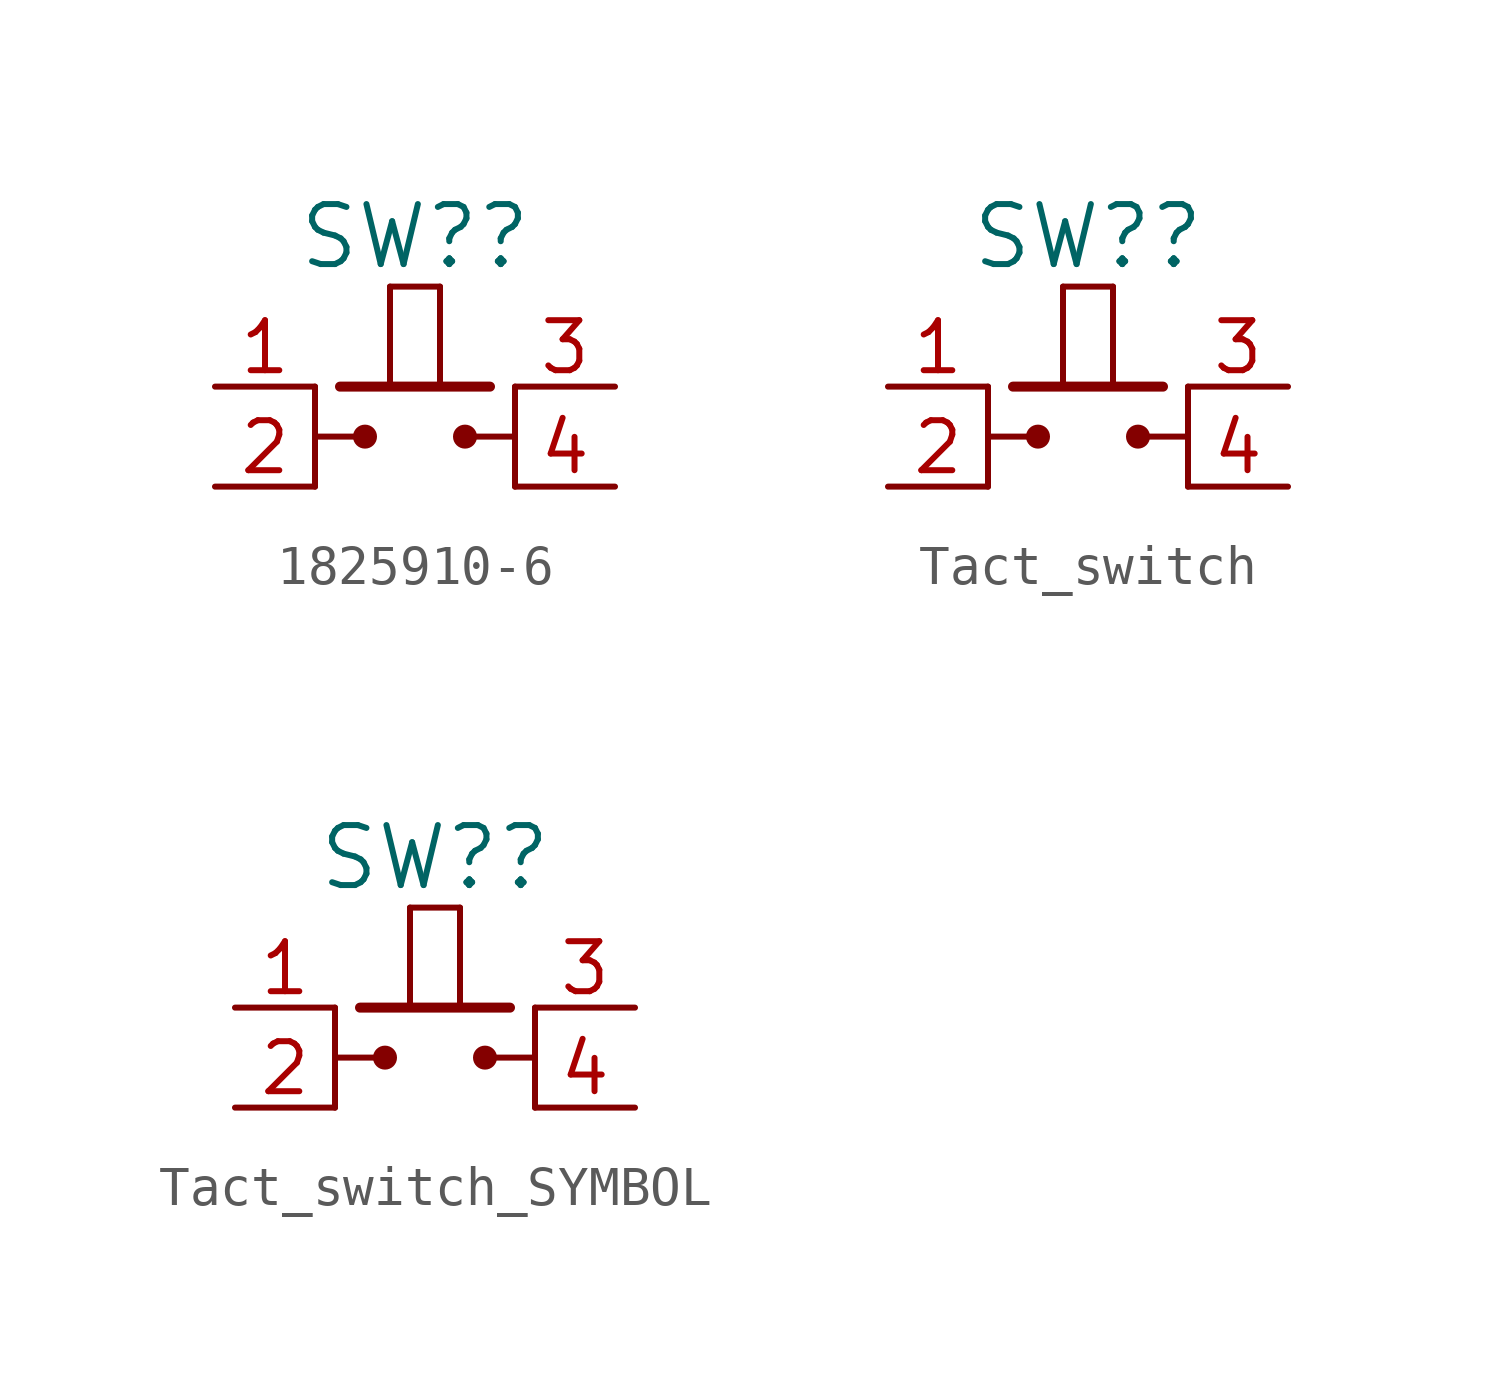
<source format=kicad_sym>
(kicad_symbol_lib
  (version 20241209)
  (generator "kicad_symbol_editor")
  (generator_version "9.0")
  (symbol "1825910-6"
    (pin_names
      (offset 0)
      (hide yes))
    (property "Reference" "SW?"
      (at 0 3.81 0)
      (effects (font (size 1.524 1.524))))
    (symbol "1825910-6_0_1"
      (rectangle (start -2.54 0) (end -2.54 -2.54) (stroke (width 0) (type default)) (fill (type background)))
      (rectangle (start -1.905 0) (end 1.905 0) (stroke (width 0.254) (type default)) (fill (type background)))
      (rectangle (start -1.27 -1.27) (end -2.54 -1.27) (stroke (width 0) (type default)) (fill (type background)))
      (circle (center -1.27 -1.27) (radius 0.178) (stroke (width 0.254) (type default)) (fill (type none)))
      (rectangle (start -0.635 0) (end -0.635 2.54) (stroke (width 0) (type default)) (fill (type background)))
      (rectangle (start 0.635 2.54) (end -0.635 2.54) (stroke (width 0) (type default)) (fill (type background)))
      (rectangle (start 0.635 2.54) (end 0.635 0) (stroke (width 0) (type default)) (fill (type background)))
      (circle (center 1.27 -1.27) (radius 0.178) (stroke (width 0.254) (type default)) (fill (type none)))
      (rectangle (start 1.27 -1.27) (end 2.54 -1.27) (stroke (width 0) (type default)) (fill (type background)))
      (rectangle (start 2.54 0) (end 2.54 -2.54) (stroke (width 0) (type default)) (fill (type background))))
    (symbol "1825910-6_1_1"
      (pin input line (at -5.08 0 0) (length 2.54) (name "1" (effects (font (size 1.27 1.27)))) (number "1" (effects (font (size 1.27 1.27)))))
      (pin input line (at -5.08 -2.54 0) (length 2.54) (name "2" (effects (font (size 1.27 1.27)))) (number "2" (effects (font (size 1.27 1.27)))))
      (pin input line (at 5.08 0 180) (length 2.54) (name "3" (effects (font (size 1.27 1.27)))) (number "3" (effects (font (size 1.27 1.27)))))
      (pin input line (at 5.08 -2.54 180) (length 2.54) (name "4" (effects (font (size 1.27 1.27)))) (number "4" (effects (font (size 1.27 1.27)))))))
  (symbol "Tact_switch"
    (pin_names
      (offset 0)
      (hide yes))
    (property "Reference" "SW?"
      (at 0 3.81 0)
      (effects (font (size 1.524 1.524))))
    (symbol "Tact_switch_0_1"
      (rectangle (start -2.54 0) (end -2.54 -2.54) (stroke (width 0) (type default)) (fill (type background)))
      (rectangle (start -1.905 0) (end 1.905 0) (stroke (width 0.254) (type default)) (fill (type background)))
      (rectangle (start -1.27 -1.27) (end -2.54 -1.27) (stroke (width 0) (type default)) (fill (type background)))
      (circle (center -1.27 -1.27) (radius 0.178) (stroke (width 0.254) (type default)) (fill (type none)))
      (rectangle (start -0.635 0) (end -0.635 2.54) (stroke (width 0) (type default)) (fill (type background)))
      (rectangle (start 0.635 2.54) (end -0.635 2.54) (stroke (width 0) (type default)) (fill (type background)))
      (rectangle (start 0.635 2.54) (end 0.635 0) (stroke (width 0) (type default)) (fill (type background)))
      (circle (center 1.27 -1.27) (radius 0.178) (stroke (width 0.254) (type default)) (fill (type none)))
      (rectangle (start 1.27 -1.27) (end 2.54 -1.27) (stroke (width 0) (type default)) (fill (type background)))
      (rectangle (start 2.54 0) (end 2.54 -2.54) (stroke (width 0) (type default)) (fill (type background))))
    (symbol "Tact_switch_1_1"
      (pin input line (at -5.08 0 0) (length 2.54) (name "1" (effects (font (size 1.27 1.27)))) (number "1" (effects (font (size 1.27 1.27)))))
      (pin input line (at -5.08 -2.54 0) (length 2.54) (name "2" (effects (font (size 1.27 1.27)))) (number "2" (effects (font (size 1.27 1.27)))))
      (pin input line (at 5.08 0 180) (length 2.54) (name "3" (effects (font (size 1.27 1.27)))) (number "3" (effects (font (size 1.27 1.27)))))
      (pin input line (at 5.08 -2.54 180) (length 2.54) (name "4" (effects (font (size 1.27 1.27)))) (number "4" (effects (font (size 1.27 1.27)))))))
  (symbol "Tact_switch_SYMBOL"
    (pin_names
      (offset 0)
      (hide yes))
    (property "Reference" "SW?"
      (at 0 3.81 0)
      (effects (font (size 1.524 1.524))))
    (symbol "Tact_switch_SYMBOL_0_1"
      (rectangle (start -2.54 0) (end -2.54 -2.54) (stroke (width 0) (type default)) (fill (type background)))
      (rectangle (start -1.905 0) (end 1.905 0) (stroke (width 0.254) (type default)) (fill (type background)))
      (rectangle (start -1.27 -1.27) (end -2.54 -1.27) (stroke (width 0) (type default)) (fill (type background)))
      (circle (center -1.27 -1.27) (radius 0.178) (stroke (width 0.254) (type default)) (fill (type none)))
      (rectangle (start -0.635 0) (end -0.635 2.54) (stroke (width 0) (type default)) (fill (type background)))
      (rectangle (start 0.635 2.54) (end -0.635 2.54) (stroke (width 0) (type default)) (fill (type background)))
      (rectangle (start 0.635 2.54) (end 0.635 0) (stroke (width 0) (type default)) (fill (type background)))
      (circle (center 1.27 -1.27) (radius 0.178) (stroke (width 0.254) (type default)) (fill (type none)))
      (rectangle (start 1.27 -1.27) (end 2.54 -1.27) (stroke (width 0) (type default)) (fill (type background)))
      (rectangle (start 2.54 0) (end 2.54 -2.54) (stroke (width 0) (type default)) (fill (type background))))
    (symbol "Tact_switch_SYMBOL_1_1"
      (pin input line (at -5.08 0 0) (length 2.54) (name "1" (effects (font (size 1.27 1.27)))) (number "1" (effects (font (size 1.27 1.27)))))
      (pin input line (at -5.08 -2.54 0) (length 2.54) (name "2" (effects (font (size 1.27 1.27)))) (number "2" (effects (font (size 1.27 1.27)))))
      (pin input line (at 5.08 0 180) (length 2.54) (name "3" (effects (font (size 1.27 1.27)))) (number "3" (effects (font (size 1.27 1.27)))))
      (pin input line (at 5.08 -2.54 180) (length 2.54) (name "4" (effects (font (size 1.27 1.27)))) (number "4" (effects (font (size 1.27 1.27))))))))
</source>
